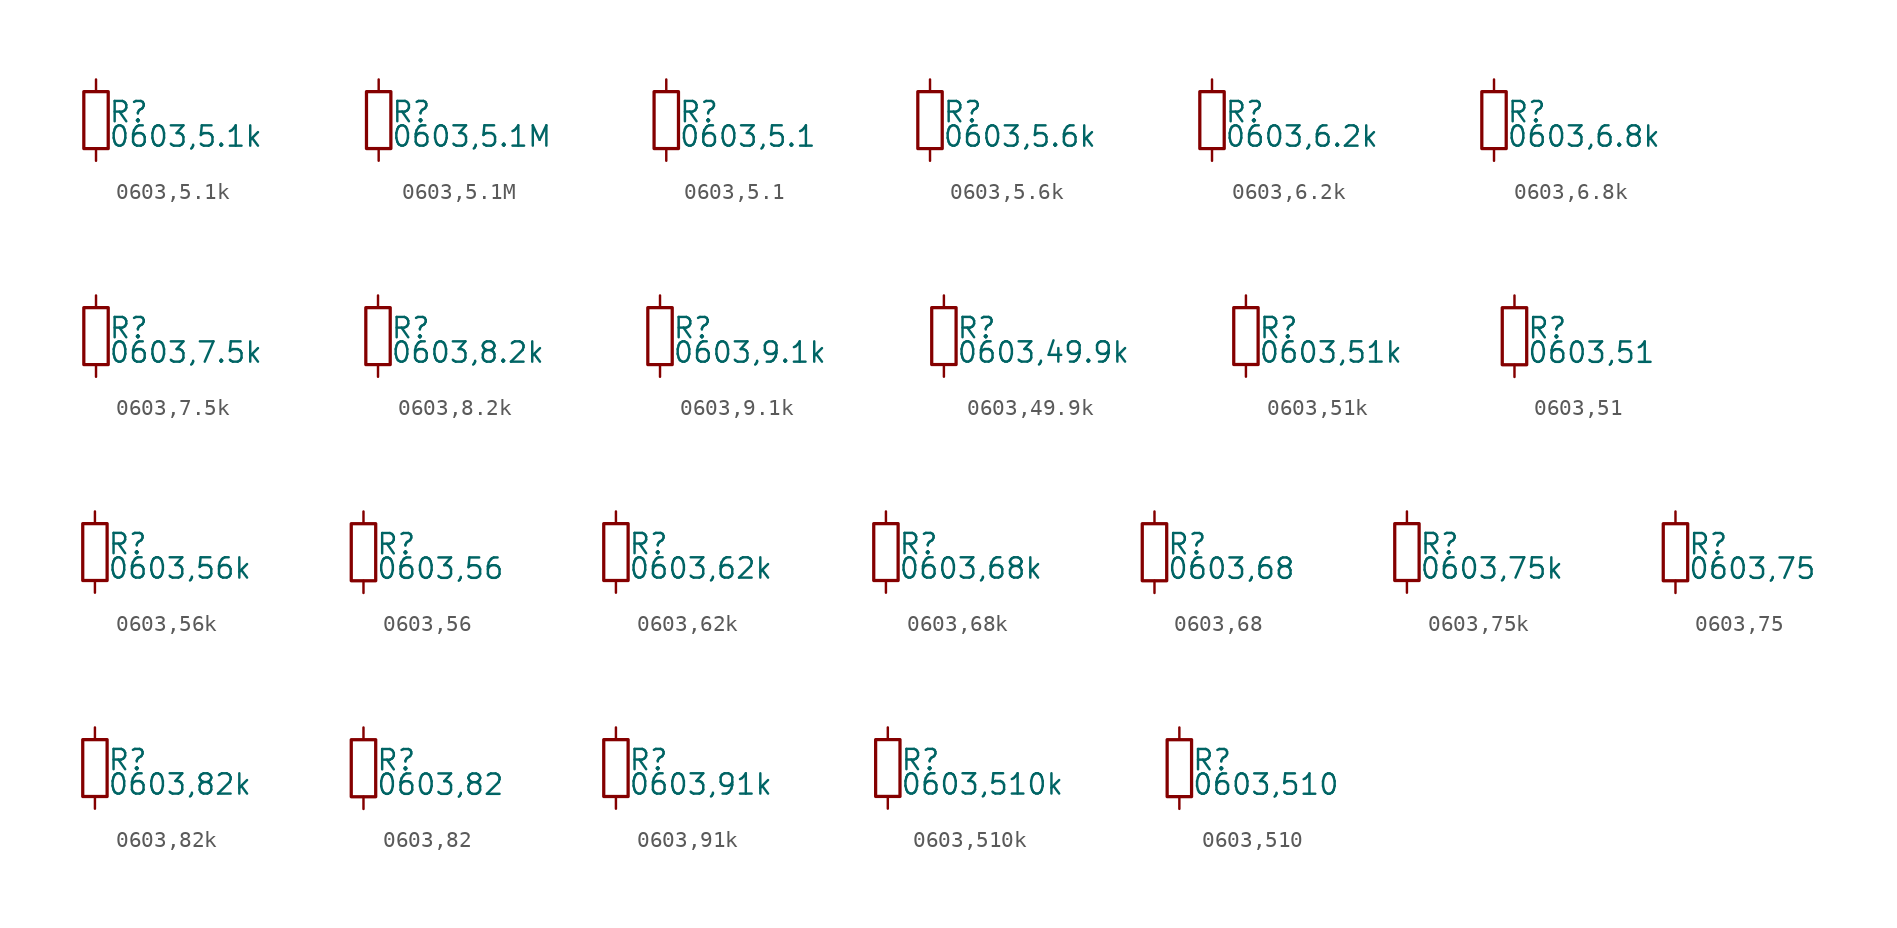
<source format=kicad_sym>
(kicad_symbol_lib
  (version 20220914)
  (generator kicad_symbol_editor)
  (symbol "0603,5.1k"
    (property "Reference" "R"
      (at 0.762 0.508 0)
      (effects (font (size 1.27 1.27)) (justify left)))
    (property "Value" "0603,5.1k"
      (at 0.762 -1.016 0)
      (effects (font (size 1.27 1.27)) (justify left)))
    (property "ki_locked" ""
      (at 0 0 0)
      (effects (font (size 1.27 1.27))))
    (symbol "0603,5.1k_0_0"
      (rectangle (start -0.762 1.778) (end 0.762 -1.778) (stroke (width 0.203) (type default)) (fill (type none)))
      (pin passive line (at 0 2.54 270) (length 0.762) (name "~" (effects (font (size 0 0)))) (number "1" (effects (font (size 0 0)))))
      (pin passive line (at 0 -2.54 90) (length 0.762) (name "~" (effects (font (size 0 0)))) (number "2" (effects (font (size 0 0)))))))
  (symbol "0603,5.1M"
    (property "Reference" "R"
      (at 0.762 0.508 0)
      (effects (font (size 1.27 1.27)) (justify left)))
    (property "Value" "0603,5.1M"
      (at 0.762 -1.016 0)
      (effects (font (size 1.27 1.27)) (justify left)))
    (property "ki_locked" ""
      (at 0 0 0)
      (effects (font (size 1.27 1.27))))
    (symbol "0603,5.1M_0_0"
      (rectangle (start -0.762 1.778) (end 0.762 -1.778) (stroke (width 0.203) (type default)) (fill (type none)))
      (pin passive line (at 0 2.54 270) (length 0.762) (name "~" (effects (font (size 0 0)))) (number "1" (effects (font (size 0 0)))))
      (pin passive line (at 0 -2.54 90) (length 0.762) (name "~" (effects (font (size 0 0)))) (number "2" (effects (font (size 0 0)))))))
  (symbol "0603,5.1"
    (property "Reference" "R"
      (at 0.762 0.508 0)
      (effects (font (size 1.27 1.27)) (justify left)))
    (property "Value" "0603,5.1"
      (at 0.762 -1.016 0)
      (effects (font (size 1.27 1.27)) (justify left)))
    (property "ki_locked" ""
      (at 0 0 0)
      (effects (font (size 1.27 1.27))))
    (symbol "0603,5.1_0_0"
      (rectangle (start -0.762 1.778) (end 0.762 -1.778) (stroke (width 0.203) (type default)) (fill (type none)))
      (pin passive line (at 0 2.54 270) (length 0.762) (name "~" (effects (font (size 0 0)))) (number "1" (effects (font (size 0 0)))))
      (pin passive line (at 0 -2.54 90) (length 0.762) (name "~" (effects (font (size 0 0)))) (number "2" (effects (font (size 0 0)))))))
  (symbol "0603,5.6k"
    (property "Reference" "R"
      (at 0.762 0.508 0)
      (effects (font (size 1.27 1.27)) (justify left)))
    (property "Value" "0603,5.6k"
      (at 0.762 -1.016 0)
      (effects (font (size 1.27 1.27)) (justify left)))
    (property "ki_locked" ""
      (at 0 0 0)
      (effects (font (size 1.27 1.27))))
    (symbol "0603,5.6k_0_0"
      (rectangle (start -0.762 1.778) (end 0.762 -1.778) (stroke (width 0.203) (type default)) (fill (type none)))
      (pin passive line (at 0 2.54 270) (length 0.762) (name "~" (effects (font (size 0 0)))) (number "1" (effects (font (size 0 0)))))
      (pin passive line (at 0 -2.54 90) (length 0.762) (name "~" (effects (font (size 0 0)))) (number "2" (effects (font (size 0 0)))))))
  (symbol "0603,6.2k"
    (property "Reference" "R"
      (at 0.762 0.508 0)
      (effects (font (size 1.27 1.27)) (justify left)))
    (property "Value" "0603,6.2k"
      (at 0.762 -1.016 0)
      (effects (font (size 1.27 1.27)) (justify left)))
    (property "ki_locked" ""
      (at 0 0 0)
      (effects (font (size 1.27 1.27))))
    (symbol "0603,6.2k_0_0"
      (rectangle (start -0.762 1.778) (end 0.762 -1.778) (stroke (width 0.203) (type default)) (fill (type none)))
      (pin passive line (at 0 2.54 270) (length 0.762) (name "~" (effects (font (size 0 0)))) (number "1" (effects (font (size 0 0)))))
      (pin passive line (at 0 -2.54 90) (length 0.762) (name "~" (effects (font (size 0 0)))) (number "2" (effects (font (size 0 0)))))))
  (symbol "0603,6.8k"
    (property "Reference" "R"
      (at 0.762 0.508 0)
      (effects (font (size 1.27 1.27)) (justify left)))
    (property "Value" "0603,6.8k"
      (at 0.762 -1.016 0)
      (effects (font (size 1.27 1.27)) (justify left)))
    (property "ki_locked" ""
      (at 0 0 0)
      (effects (font (size 1.27 1.27))))
    (symbol "0603,6.8k_0_0"
      (rectangle (start -0.762 1.778) (end 0.762 -1.778) (stroke (width 0.203) (type default)) (fill (type none)))
      (pin passive line (at 0 2.54 270) (length 0.762) (name "~" (effects (font (size 0 0)))) (number "1" (effects (font (size 0 0)))))
      (pin passive line (at 0 -2.54 90) (length 0.762) (name "~" (effects (font (size 0 0)))) (number "2" (effects (font (size 0 0)))))))
  (symbol "0603,7.5k"
    (property "Reference" "R"
      (at 0.762 0.508 0)
      (effects (font (size 1.27 1.27)) (justify left)))
    (property "Value" "0603,7.5k"
      (at 0.762 -1.016 0)
      (effects (font (size 1.27 1.27)) (justify left)))
    (property "ki_locked" ""
      (at 0 0 0)
      (effects (font (size 1.27 1.27))))
    (symbol "0603,7.5k_0_0"
      (rectangle (start -0.762 1.778) (end 0.762 -1.778) (stroke (width 0.203) (type default)) (fill (type none)))
      (pin passive line (at 0 2.54 270) (length 0.762) (name "~" (effects (font (size 0 0)))) (number "1" (effects (font (size 0 0)))))
      (pin passive line (at 0 -2.54 90) (length 0.762) (name "~" (effects (font (size 0 0)))) (number "2" (effects (font (size 0 0)))))))
  (symbol "0603,8.2k"
    (property "Reference" "R"
      (at 0.762 0.508 0)
      (effects (font (size 1.27 1.27)) (justify left)))
    (property "Value" "0603,8.2k"
      (at 0.762 -1.016 0)
      (effects (font (size 1.27 1.27)) (justify left)))
    (property "ki_locked" ""
      (at 0 0 0)
      (effects (font (size 1.27 1.27))))
    (symbol "0603,8.2k_0_0"
      (rectangle (start -0.762 1.778) (end 0.762 -1.778) (stroke (width 0.203) (type default)) (fill (type none)))
      (pin passive line (at 0 2.54 270) (length 0.762) (name "~" (effects (font (size 0 0)))) (number "1" (effects (font (size 0 0)))))
      (pin passive line (at 0 -2.54 90) (length 0.762) (name "~" (effects (font (size 0 0)))) (number "2" (effects (font (size 0 0)))))))
  (symbol "0603,9.1k"
    (property "Reference" "R"
      (at 0.762 0.508 0)
      (effects (font (size 1.27 1.27)) (justify left)))
    (property "Value" "0603,9.1k"
      (at 0.762 -1.016 0)
      (effects (font (size 1.27 1.27)) (justify left)))
    (property "ki_locked" ""
      (at 0 0 0)
      (effects (font (size 1.27 1.27))))
    (symbol "0603,9.1k_0_0"
      (rectangle (start -0.762 1.778) (end 0.762 -1.778) (stroke (width 0.203) (type default)) (fill (type none)))
      (pin passive line (at 0 2.54 270) (length 0.762) (name "~" (effects (font (size 0 0)))) (number "1" (effects (font (size 0 0)))))
      (pin passive line (at 0 -2.54 90) (length 0.762) (name "~" (effects (font (size 0 0)))) (number "2" (effects (font (size 0 0)))))))
  (symbol "0603,49.9k"
    (property "Reference" "R"
      (at 0.762 0.508 0)
      (effects (font (size 1.27 1.27)) (justify left)))
    (property "Value" "0603,49.9k"
      (at 0.762 -1.016 0)
      (effects (font (size 1.27 1.27)) (justify left)))
    (property "ki_locked" ""
      (at 0 0 0)
      (effects (font (size 1.27 1.27))))
    (symbol "0603,49.9k_0_0"
      (rectangle (start -0.762 1.778) (end 0.762 -1.778) (stroke (width 0.203) (type default)) (fill (type none)))
      (pin passive line (at 0 2.54 270) (length 0.762) (name "~" (effects (font (size 0 0)))) (number "1" (effects (font (size 0 0)))))
      (pin passive line (at 0 -2.54 90) (length 0.762) (name "~" (effects (font (size 0 0)))) (number "2" (effects (font (size 0 0)))))))
  (symbol "0603,51k"
    (property "Reference" "R"
      (at 0.762 0.508 0)
      (effects (font (size 1.27 1.27)) (justify left)))
    (property "Value" "0603,51k"
      (at 0.762 -1.016 0)
      (effects (font (size 1.27 1.27)) (justify left)))
    (property "ki_locked" ""
      (at 0 0 0)
      (effects (font (size 1.27 1.27))))
    (symbol "0603,51k_0_0"
      (rectangle (start -0.762 1.778) (end 0.762 -1.778) (stroke (width 0.203) (type default)) (fill (type none)))
      (pin passive line (at 0 2.54 270) (length 0.762) (name "~" (effects (font (size 0 0)))) (number "1" (effects (font (size 0 0)))))
      (pin passive line (at 0 -2.54 90) (length 0.762) (name "~" (effects (font (size 0 0)))) (number "2" (effects (font (size 0 0)))))))
  (symbol "0603,51"
    (property "Reference" "R"
      (at 0.762 0.508 0)
      (effects (font (size 1.27 1.27)) (justify left)))
    (property "Value" "0603,51"
      (at 0.762 -1.016 0)
      (effects (font (size 1.27 1.27)) (justify left)))
    (property "ki_locked" ""
      (at 0 0 0)
      (effects (font (size 1.27 1.27))))
    (symbol "0603,51_0_0"
      (rectangle (start -0.762 1.778) (end 0.762 -1.778) (stroke (width 0.203) (type default)) (fill (type none)))
      (pin passive line (at 0 2.54 270) (length 0.762) (name "~" (effects (font (size 0 0)))) (number "1" (effects (font (size 0 0)))))
      (pin passive line (at 0 -2.54 90) (length 0.762) (name "~" (effects (font (size 0 0)))) (number "2" (effects (font (size 0 0)))))))
  (symbol "0603,56k"
    (property "Reference" "R"
      (at 0.762 0.508 0)
      (effects (font (size 1.27 1.27)) (justify left)))
    (property "Value" "0603,56k"
      (at 0.762 -1.016 0)
      (effects (font (size 1.27 1.27)) (justify left)))
    (property "ki_locked" ""
      (at 0 0 0)
      (effects (font (size 1.27 1.27))))
    (symbol "0603,56k_0_0"
      (rectangle (start -0.762 1.778) (end 0.762 -1.778) (stroke (width 0.203) (type default)) (fill (type none)))
      (pin passive line (at 0 2.54 270) (length 0.762) (name "~" (effects (font (size 0 0)))) (number "1" (effects (font (size 0 0)))))
      (pin passive line (at 0 -2.54 90) (length 0.762) (name "~" (effects (font (size 0 0)))) (number "2" (effects (font (size 0 0)))))))
  (symbol "0603,56"
    (property "Reference" "R"
      (at 0.762 0.508 0)
      (effects (font (size 1.27 1.27)) (justify left)))
    (property "Value" "0603,56"
      (at 0.762 -1.016 0)
      (effects (font (size 1.27 1.27)) (justify left)))
    (property "ki_locked" ""
      (at 0 0 0)
      (effects (font (size 1.27 1.27))))
    (symbol "0603,56_0_0"
      (rectangle (start -0.762 1.778) (end 0.762 -1.778) (stroke (width 0.203) (type default)) (fill (type none)))
      (pin passive line (at 0 2.54 270) (length 0.762) (name "~" (effects (font (size 0 0)))) (number "1" (effects (font (size 0 0)))))
      (pin passive line (at 0 -2.54 90) (length 0.762) (name "~" (effects (font (size 0 0)))) (number "2" (effects (font (size 0 0)))))))
  (symbol "0603,62k"
    (property "Reference" "R"
      (at 0.762 0.508 0)
      (effects (font (size 1.27 1.27)) (justify left)))
    (property "Value" "0603,62k"
      (at 0.762 -1.016 0)
      (effects (font (size 1.27 1.27)) (justify left)))
    (property "ki_locked" ""
      (at 0 0 0)
      (effects (font (size 1.27 1.27))))
    (symbol "0603,62k_0_0"
      (rectangle (start -0.762 1.778) (end 0.762 -1.778) (stroke (width 0.203) (type default)) (fill (type none)))
      (pin passive line (at 0 2.54 270) (length 0.762) (name "~" (effects (font (size 0 0)))) (number "1" (effects (font (size 0 0)))))
      (pin passive line (at 0 -2.54 90) (length 0.762) (name "~" (effects (font (size 0 0)))) (number "2" (effects (font (size 0 0)))))))
  (symbol "0603,68k"
    (property "Reference" "R"
      (at 0.762 0.508 0)
      (effects (font (size 1.27 1.27)) (justify left)))
    (property "Value" "0603,68k"
      (at 0.762 -1.016 0)
      (effects (font (size 1.27 1.27)) (justify left)))
    (property "ki_locked" ""
      (at 0 0 0)
      (effects (font (size 1.27 1.27))))
    (symbol "0603,68k_0_0"
      (rectangle (start -0.762 1.778) (end 0.762 -1.778) (stroke (width 0.203) (type default)) (fill (type none)))
      (pin passive line (at 0 2.54 270) (length 0.762) (name "~" (effects (font (size 0 0)))) (number "1" (effects (font (size 0 0)))))
      (pin passive line (at 0 -2.54 90) (length 0.762) (name "~" (effects (font (size 0 0)))) (number "2" (effects (font (size 0 0)))))))
  (symbol "0603,68"
    (property "Reference" "R"
      (at 0.762 0.508 0)
      (effects (font (size 1.27 1.27)) (justify left)))
    (property "Value" "0603,68"
      (at 0.762 -1.016 0)
      (effects (font (size 1.27 1.27)) (justify left)))
    (property "ki_locked" ""
      (at 0 0 0)
      (effects (font (size 1.27 1.27))))
    (symbol "0603,68_0_0"
      (rectangle (start -0.762 1.778) (end 0.762 -1.778) (stroke (width 0.203) (type default)) (fill (type none)))
      (pin passive line (at 0 2.54 270) (length 0.762) (name "~" (effects (font (size 0 0)))) (number "1" (effects (font (size 0 0)))))
      (pin passive line (at 0 -2.54 90) (length 0.762) (name "~" (effects (font (size 0 0)))) (number "2" (effects (font (size 0 0)))))))
  (symbol "0603,75k"
    (property "Reference" "R"
      (at 0.762 0.508 0)
      (effects (font (size 1.27 1.27)) (justify left)))
    (property "Value" "0603,75k"
      (at 0.762 -1.016 0)
      (effects (font (size 1.27 1.27)) (justify left)))
    (property "ki_locked" ""
      (at 0 0 0)
      (effects (font (size 1.27 1.27))))
    (symbol "0603,75k_0_0"
      (rectangle (start -0.762 1.778) (end 0.762 -1.778) (stroke (width 0.203) (type default)) (fill (type none)))
      (pin passive line (at 0 2.54 270) (length 0.762) (name "~" (effects (font (size 0 0)))) (number "1" (effects (font (size 0 0)))))
      (pin passive line (at 0 -2.54 90) (length 0.762) (name "~" (effects (font (size 0 0)))) (number "2" (effects (font (size 0 0)))))))
  (symbol "0603,75"
    (property "Reference" "R"
      (at 0.762 0.508 0)
      (effects (font (size 1.27 1.27)) (justify left)))
    (property "Value" "0603,75"
      (at 0.762 -1.016 0)
      (effects (font (size 1.27 1.27)) (justify left)))
    (property "ki_locked" ""
      (at 0 0 0)
      (effects (font (size 1.27 1.27))))
    (symbol "0603,75_0_0"
      (rectangle (start -0.762 1.778) (end 0.762 -1.778) (stroke (width 0.203) (type default)) (fill (type none)))
      (pin passive line (at 0 2.54 270) (length 0.762) (name "~" (effects (font (size 0 0)))) (number "1" (effects (font (size 0 0)))))
      (pin passive line (at 0 -2.54 90) (length 0.762) (name "~" (effects (font (size 0 0)))) (number "2" (effects (font (size 0 0)))))))
  (symbol "0603,82k"
    (property "Reference" "R"
      (at 0.762 0.508 0)
      (effects (font (size 1.27 1.27)) (justify left)))
    (property "Value" "0603,82k"
      (at 0.762 -1.016 0)
      (effects (font (size 1.27 1.27)) (justify left)))
    (property "ki_locked" ""
      (at 0 0 0)
      (effects (font (size 1.27 1.27))))
    (symbol "0603,82k_0_0"
      (rectangle (start -0.762 1.778) (end 0.762 -1.778) (stroke (width 0.203) (type default)) (fill (type none)))
      (pin passive line (at 0 2.54 270) (length 0.762) (name "~" (effects (font (size 0 0)))) (number "1" (effects (font (size 0 0)))))
      (pin passive line (at 0 -2.54 90) (length 0.762) (name "~" (effects (font (size 0 0)))) (number "2" (effects (font (size 0 0)))))))
  (symbol "0603,82"
    (property "Reference" "R"
      (at 0.762 0.508 0)
      (effects (font (size 1.27 1.27)) (justify left)))
    (property "Value" "0603,82"
      (at 0.762 -1.016 0)
      (effects (font (size 1.27 1.27)) (justify left)))
    (property "ki_locked" ""
      (at 0 0 0)
      (effects (font (size 1.27 1.27))))
    (symbol "0603,82_0_0"
      (rectangle (start -0.762 1.778) (end 0.762 -1.778) (stroke (width 0.203) (type default)) (fill (type none)))
      (pin passive line (at 0 2.54 270) (length 0.762) (name "~" (effects (font (size 0 0)))) (number "1" (effects (font (size 0 0)))))
      (pin passive line (at 0 -2.54 90) (length 0.762) (name "~" (effects (font (size 0 0)))) (number "2" (effects (font (size 0 0)))))))
  (symbol "0603,91k"
    (property "Reference" "R"
      (at 0.762 0.508 0)
      (effects (font (size 1.27 1.27)) (justify left)))
    (property "Value" "0603,91k"
      (at 0.762 -1.016 0)
      (effects (font (size 1.27 1.27)) (justify left)))
    (property "ki_locked" ""
      (at 0 0 0)
      (effects (font (size 1.27 1.27))))
    (symbol "0603,91k_0_0"
      (rectangle (start -0.762 1.778) (end 0.762 -1.778) (stroke (width 0.203) (type default)) (fill (type none)))
      (pin passive line (at 0 2.54 270) (length 0.762) (name "~" (effects (font (size 0 0)))) (number "1" (effects (font (size 0 0)))))
      (pin passive line (at 0 -2.54 90) (length 0.762) (name "~" (effects (font (size 0 0)))) (number "2" (effects (font (size 0 0)))))))
  (symbol "0603,510k"
    (property "Reference" "R"
      (at 0.762 0.508 0)
      (effects (font (size 1.27 1.27)) (justify left)))
    (property "Value" "0603,510k"
      (at 0.762 -1.016 0)
      (effects (font (size 1.27 1.27)) (justify left)))
    (property "ki_locked" ""
      (at 0 0 0)
      (effects (font (size 1.27 1.27))))
    (symbol "0603,510k_0_0"
      (rectangle (start -0.762 1.778) (end 0.762 -1.778) (stroke (width 0.203) (type default)) (fill (type none)))
      (pin passive line (at 0 2.54 270) (length 0.762) (name "~" (effects (font (size 0 0)))) (number "1" (effects (font (size 0 0)))))
      (pin passive line (at 0 -2.54 90) (length 0.762) (name "~" (effects (font (size 0 0)))) (number "2" (effects (font (size 0 0)))))))
  (symbol "0603,510"
    (property "Reference" "R"
      (at 0.762 0.508 0)
      (effects (font (size 1.27 1.27)) (justify left)))
    (property "Value" "0603,510"
      (at 0.762 -1.016 0)
      (effects (font (size 1.27 1.27)) (justify left)))
    (property "ki_locked" ""
      (at 0 0 0)
      (effects (font (size 1.27 1.27))))
    (symbol "0603,510_0_0"
      (rectangle (start -0.762 1.778) (end 0.762 -1.778) (stroke (width 0.203) (type default)) (fill (type none)))
      (pin passive line (at 0 2.54 270) (length 0.762) (name "~" (effects (font (size 0 0)))) (number "1" (effects (font (size 0 0)))))
      (pin passive line (at 0 -2.54 90) (length 0.762) (name "~" (effects (font (size 0 0)))) (number "2" (effects (font (size 0 0))))))))
</source>
